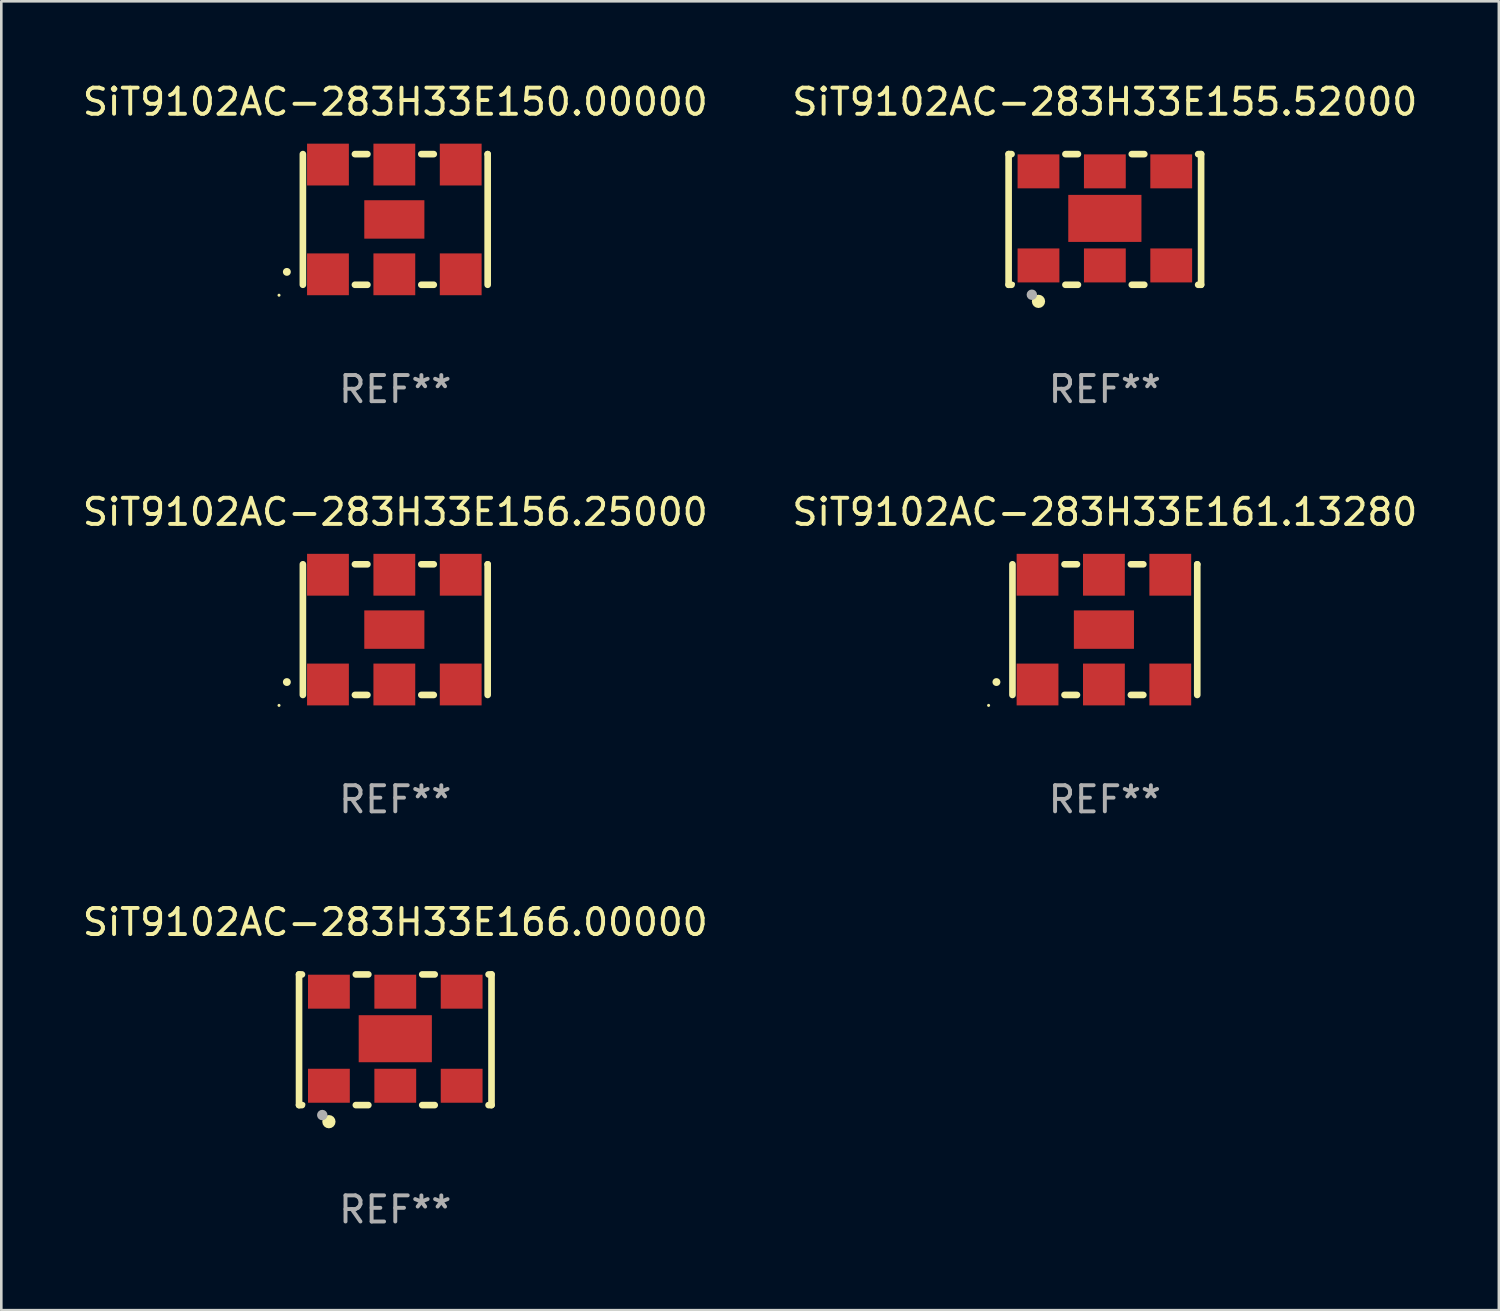
<source format=kicad_pcb>
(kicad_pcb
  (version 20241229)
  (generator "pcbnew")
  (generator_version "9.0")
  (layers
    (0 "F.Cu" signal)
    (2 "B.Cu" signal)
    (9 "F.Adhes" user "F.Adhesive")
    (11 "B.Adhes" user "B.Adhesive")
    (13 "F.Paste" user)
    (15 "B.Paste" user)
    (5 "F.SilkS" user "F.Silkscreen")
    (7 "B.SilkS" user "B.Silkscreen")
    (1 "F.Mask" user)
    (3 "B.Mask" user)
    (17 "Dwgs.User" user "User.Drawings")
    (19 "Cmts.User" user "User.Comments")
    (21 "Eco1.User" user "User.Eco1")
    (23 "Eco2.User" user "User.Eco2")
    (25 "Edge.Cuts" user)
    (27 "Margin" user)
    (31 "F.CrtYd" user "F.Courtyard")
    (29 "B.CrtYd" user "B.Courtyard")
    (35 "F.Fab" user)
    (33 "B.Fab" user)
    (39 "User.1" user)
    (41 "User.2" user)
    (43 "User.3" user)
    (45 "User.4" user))
  (footprint "SiT9102AC-283H33E155.52000"
    (layer "F.Cu")
    (at 39.232 5.348)
    (property "Reference" "SiT9102AC-283H33E155.52000" (at 0 -4.5 0) (layer "F.SilkS") (effects (font (size 1 1) (thickness 0.15))))
    (attr through_hole)
    (fp_line (start -3.683 -2.5) (end -3.571 -2.5) (stroke (width 0.254) (type solid)) (layer "F.SilkS"))
    (fp_line (start -3.683 2.5) (end -3.683 -2.5) (stroke (width 0.254) (type solid)) (layer "F.SilkS"))
    (fp_line (start -3.683 2.5) (end -3.571 2.5) (stroke (width 0.254) (type solid)) (layer "F.SilkS"))
    (fp_line (start -1.509 -2.5) (end -1.031 -2.5) (stroke (width 0.254) (type solid)) (layer "F.SilkS"))
    (fp_line (start -1.509 2.5) (end -1.031 2.5) (stroke (width 0.254) (type solid)) (layer "F.SilkS"))
    (fp_line (start 1.031 -2.5) (end 1.509 -2.5) (stroke (width 0.254) (type solid)) (layer "F.SilkS"))
    (fp_line (start 1.031 2.5) (end 1.509 2.5) (stroke (width 0.254) (type solid)) (layer "F.SilkS"))
    (fp_line (start 3.571 -2.5) (end 3.683 -2.5) (stroke (width 0.254) (type solid)) (layer "F.SilkS"))
    (fp_line (start 3.571 2.5) (end 3.683 2.5) (stroke (width 0.254) (type solid)) (layer "F.SilkS"))
    (fp_line (start 3.683 2.5) (end 3.683 -2.5) (stroke (width 0.254) (type solid)) (layer "F.SilkS"))
    (fp_circle (center -3.5 2.46) (end -3.47 2.46) (stroke (width 0.06) (type solid)) (fill no) (layer "F.SilkS"))
    (fp_circle (center -2.54 3.135) (end -2.413 3.135) (stroke (width 0.254) (type solid)) (fill no) (layer "F.SilkS"))
    (fp_circle (center -2.794 2.881) (end -2.694 2.881) (stroke (width 0.2) (type solid)) (fill no) (layer "F.Fab"))
    (fp_text user "REF**" (at 0 6.5 0) (layer "F.Fab") (effects (font (size 1 1) (thickness 0.15))))
    (pad "1" smd rect (at -2.54 1.76) (size 1.6 1.3) (layers "F.Cu" "F.Mask" "F.Paste"))
    (pad "2" smd rect (at 0 1.76) (size 1.6 1.3) (layers "F.Cu" "F.Mask" "F.Paste"))
    (pad "3" smd rect (at 2.54 1.76) (size 1.6 1.3) (layers "F.Cu" "F.Mask" "F.Paste"))
    (pad "4" smd rect (at 2.54 -1.84) (size 1.6 1.3) (layers "F.Cu" "F.Mask" "F.Paste"))
    (pad "5" smd rect (at 0 -1.84) (size 1.6 1.3) (layers "F.Cu" "F.Mask" "F.Paste"))
    (pad "6" smd rect (at -2.54 -1.84) (size 1.6 1.3) (layers "F.Cu" "F.Mask" "F.Paste"))
    (pad "7" smd rect (at 0 -0.04) (size 2.8 1.8) (layers "F.Cu" "F.Mask" "F.Paste")))
  (footprint "SiT9102AC-283H33E156.25000"
    (layer "F.Cu")
    (at 12.077 21.045)
    (property "Reference" "SiT9102AC-283H33E156.25000" (at 0 -4.5 0) (layer "F.SilkS") (effects (font (size 1 1) (thickness 0.15))))
    (attr through_hole)
    (fp_line (start -3.536 -2.5) (end -3.536 2.5) (stroke (width 0.254) (type solid)) (layer "F.SilkS"))
    (fp_line (start -1.544 2.5) (end -1.067 2.5) (stroke (width 0.254) (type solid)) (layer "F.SilkS"))
    (fp_line (start -1.067 -2.5) (end -1.544 -2.5) (stroke (width 0.254) (type solid)) (layer "F.SilkS"))
    (fp_line (start 0.996 2.5) (end 1.473 2.5) (stroke (width 0.254) (type solid)) (layer "F.SilkS"))
    (fp_line (start 1.473 -2.5) (end 0.996 -2.5) (stroke (width 0.254) (type solid)) (layer "F.SilkS"))
    (fp_line (start 3.536 -2.5) (end 3.536 -2.5) (stroke (width 0.254) (type solid)) (layer "F.SilkS"))
    (fp_line (start 3.536 2.5) (end 3.536 -2.5) (stroke (width 0.254) (type solid)) (layer "F.SilkS"))
    (fp_arc (start -4.150432 2.006604) (mid -4.149162 2.006599) (end -4.147892 2.006604) (stroke (width 0.3) (type solid)) (layer "F.SilkS"))
    (fp_circle (center -4.449 2.9) (end -4.419 2.9) (stroke (width 0.06) (type solid)) (fill no) (layer "F.SilkS"))
    (fp_text user "REF**" (at 0 6.5 0) (layer "F.Fab") (effects (font (size 1 1) (thickness 0.15))))
    (pad "1" smd rect (at -2.576 2.1) (size 1.6 1.6) (layers "F.Cu" "F.Mask" "F.Paste"))
    (pad "2" smd rect (at -0.036 2.1) (size 1.6 1.6) (layers "F.Cu" "F.Mask" "F.Paste"))
    (pad "3" smd rect (at 2.504 2.1) (size 1.6 1.6) (layers "F.Cu" "F.Mask" "F.Paste"))
    (pad "4" smd rect (at 2.504 -2.1) (size 1.6 1.6) (layers "F.Cu" "F.Mask" "F.Paste"))
    (pad "5" smd rect (at -0.036 -2.1) (size 1.6 1.6) (layers "F.Cu" "F.Mask" "F.Paste"))
    (pad "6" smd rect (at -2.576 -2.1) (size 1.6 1.6) (layers "F.Cu" "F.Mask" "F.Paste"))
    (pad "7" smd rect (at -0.036 0) (size 2.3 1.47) (layers "F.Cu" "F.Mask" "F.Paste")))
  (footprint "SiT9102AC-283H33E150.00000"
    (layer "F.Cu")
    (at 12.077 5.348)
    (property "Reference" "SiT9102AC-283H33E150.00000" (at 0 -4.5 0) (layer "F.SilkS") (effects (font (size 1 1) (thickness 0.15))))
    (attr through_hole)
    (fp_line (start -3.536 -2.5) (end -3.536 2.5) (stroke (width 0.254) (type solid)) (layer "F.SilkS"))
    (fp_line (start -1.544 2.5) (end -1.067 2.5) (stroke (width 0.254) (type solid)) (layer "F.SilkS"))
    (fp_line (start -1.067 -2.5) (end -1.544 -2.5) (stroke (width 0.254) (type solid)) (layer "F.SilkS"))
    (fp_line (start 0.996 2.5) (end 1.473 2.5) (stroke (width 0.254) (type solid)) (layer "F.SilkS"))
    (fp_line (start 1.473 -2.5) (end 0.996 -2.5) (stroke (width 0.254) (type solid)) (layer "F.SilkS"))
    (fp_line (start 3.536 -2.5) (end 3.536 -2.5) (stroke (width 0.254) (type solid)) (layer "F.SilkS"))
    (fp_line (start 3.536 2.5) (end 3.536 -2.5) (stroke (width 0.254) (type solid)) (layer "F.SilkS"))
    (fp_arc (start -4.150432 2.006604) (mid -4.149162 2.006599) (end -4.147892 2.006604) (stroke (width 0.3) (type solid)) (layer "F.SilkS"))
    (fp_circle (center -4.449 2.9) (end -4.419 2.9) (stroke (width 0.06) (type solid)) (fill no) (layer "F.SilkS"))
    (fp_text user "REF**" (at 0 6.5 0) (layer "F.Fab") (effects (font (size 1 1) (thickness 0.15))))
    (pad "1" smd rect (at -2.576 2.1) (size 1.6 1.6) (layers "F.Cu" "F.Mask" "F.Paste"))
    (pad "2" smd rect (at -0.036 2.1) (size 1.6 1.6) (layers "F.Cu" "F.Mask" "F.Paste"))
    (pad "3" smd rect (at 2.504 2.1) (size 1.6 1.6) (layers "F.Cu" "F.Mask" "F.Paste"))
    (pad "4" smd rect (at 2.504 -2.1) (size 1.6 1.6) (layers "F.Cu" "F.Mask" "F.Paste"))
    (pad "5" smd rect (at -0.036 -2.1) (size 1.6 1.6) (layers "F.Cu" "F.Mask" "F.Paste"))
    (pad "6" smd rect (at -2.576 -2.1) (size 1.6 1.6) (layers "F.Cu" "F.Mask" "F.Paste"))
    (pad "7" smd rect (at -0.036 0) (size 2.3 1.47) (layers "F.Cu" "F.Mask" "F.Paste")))
  (footprint "SiT9102AC-283H33E166.00000"
    (layer "F.Cu")
    (at 12.077 36.741)
    (property "Reference" "SiT9102AC-283H33E166.00000" (at 0 -4.5 0) (layer "F.SilkS") (effects (font (size 1 1) (thickness 0.15))))
    (attr through_hole)
    (fp_line (start -3.683 -2.5) (end -3.571 -2.5) (stroke (width 0.254) (type solid)) (layer "F.SilkS"))
    (fp_line (start -3.683 2.5) (end -3.683 -2.5) (stroke (width 0.254) (type solid)) (layer "F.SilkS"))
    (fp_line (start -3.683 2.5) (end -3.571 2.5) (stroke (width 0.254) (type solid)) (layer "F.SilkS"))
    (fp_line (start -1.509 -2.5) (end -1.031 -2.5) (stroke (width 0.254) (type solid)) (layer "F.SilkS"))
    (fp_line (start -1.509 2.5) (end -1.031 2.5) (stroke (width 0.254) (type solid)) (layer "F.SilkS"))
    (fp_line (start 1.031 -2.5) (end 1.509 -2.5) (stroke (width 0.254) (type solid)) (layer "F.SilkS"))
    (fp_line (start 1.031 2.5) (end 1.509 2.5) (stroke (width 0.254) (type solid)) (layer "F.SilkS"))
    (fp_line (start 3.571 -2.5) (end 3.683 -2.5) (stroke (width 0.254) (type solid)) (layer "F.SilkS"))
    (fp_line (start 3.571 2.5) (end 3.683 2.5) (stroke (width 0.254) (type solid)) (layer "F.SilkS"))
    (fp_line (start 3.683 2.5) (end 3.683 -2.5) (stroke (width 0.254) (type solid)) (layer "F.SilkS"))
    (fp_circle (center -3.5 2.46) (end -3.47 2.46) (stroke (width 0.06) (type solid)) (fill no) (layer "F.SilkS"))
    (fp_circle (center -2.54 3.135) (end -2.413 3.135) (stroke (width 0.254) (type solid)) (fill no) (layer "F.SilkS"))
    (fp_circle (center -2.794 2.881) (end -2.694 2.881) (stroke (width 0.2) (type solid)) (fill no) (layer "F.Fab"))
    (fp_text user "REF**" (at 0 6.5 0) (layer "F.Fab") (effects (font (size 1 1) (thickness 0.15))))
    (pad "1" smd rect (at -2.54 1.76) (size 1.6 1.3) (layers "F.Cu" "F.Mask" "F.Paste"))
    (pad "2" smd rect (at 0 1.76) (size 1.6 1.3) (layers "F.Cu" "F.Mask" "F.Paste"))
    (pad "3" smd rect (at 2.54 1.76) (size 1.6 1.3) (layers "F.Cu" "F.Mask" "F.Paste"))
    (pad "4" smd rect (at 2.54 -1.84) (size 1.6 1.3) (layers "F.Cu" "F.Mask" "F.Paste"))
    (pad "5" smd rect (at 0 -1.84) (size 1.6 1.3) (layers "F.Cu" "F.Mask" "F.Paste"))
    (pad "6" smd rect (at -2.54 -1.84) (size 1.6 1.3) (layers "F.Cu" "F.Mask" "F.Paste"))
    (pad "7" smd rect (at 0 -0.04) (size 2.8 1.8) (layers "F.Cu" "F.Mask" "F.Paste")))
  (footprint "SiT9102AC-283H33E161.13280"
    (layer "F.Cu")
    (at 39.232 21.045)
    (property "Reference" "SiT9102AC-283H33E161.13280" (at 0 -4.5 0) (layer "F.SilkS") (effects (font (size 1 1) (thickness 0.15))))
    (attr through_hole)
    (fp_line (start -3.536 -2.5) (end -3.536 2.5) (stroke (width 0.254) (type solid)) (layer "F.SilkS"))
    (fp_line (start -1.544 2.5) (end -1.067 2.5) (stroke (width 0.254) (type solid)) (layer "F.SilkS"))
    (fp_line (start -1.067 -2.5) (end -1.544 -2.5) (stroke (width 0.254) (type solid)) (layer "F.SilkS"))
    (fp_line (start 0.996 2.5) (end 1.473 2.5) (stroke (width 0.254) (type solid)) (layer "F.SilkS"))
    (fp_line (start 1.473 -2.5) (end 0.996 -2.5) (stroke (width 0.254) (type solid)) (layer "F.SilkS"))
    (fp_line (start 3.536 -2.5) (end 3.536 -2.5) (stroke (width 0.254) (type solid)) (layer "F.SilkS"))
    (fp_line (start 3.536 2.5) (end 3.536 -2.5) (stroke (width 0.254) (type solid)) (layer "F.SilkS"))
    (fp_arc (start -4.150432 2.006604) (mid -4.149162 2.006599) (end -4.147892 2.006604) (stroke (width 0.3) (type solid)) (layer "F.SilkS"))
    (fp_circle (center -4.449 2.9) (end -4.419 2.9) (stroke (width 0.06) (type solid)) (fill no) (layer "F.SilkS"))
    (fp_text user "REF**" (at 0 6.5 0) (layer "F.Fab") (effects (font (size 1 1) (thickness 0.15))))
    (pad "1" smd rect (at -2.576 2.1) (size 1.6 1.6) (layers "F.Cu" "F.Mask" "F.Paste"))
    (pad "2" smd rect (at -0.036 2.1) (size 1.6 1.6) (layers "F.Cu" "F.Mask" "F.Paste"))
    (pad "3" smd rect (at 2.504 2.1) (size 1.6 1.6) (layers "F.Cu" "F.Mask" "F.Paste"))
    (pad "4" smd rect (at 2.504 -2.1) (size 1.6 1.6) (layers "F.Cu" "F.Mask" "F.Paste"))
    (pad "5" smd rect (at -0.036 -2.1) (size 1.6 1.6) (layers "F.Cu" "F.Mask" "F.Paste"))
    (pad "6" smd rect (at -2.576 -2.1) (size 1.6 1.6) (layers "F.Cu" "F.Mask" "F.Paste"))
    (pad "7" smd rect (at -0.036 0) (size 2.3 1.47) (layers "F.Cu" "F.Mask" "F.Paste")))
  (gr_rect
    (start -3 -3)
    (end 54.31 47.09)
    (stroke (width 0.1) (type default))
    (fill no)
    (layer "Edge.Cuts")))
</source>
